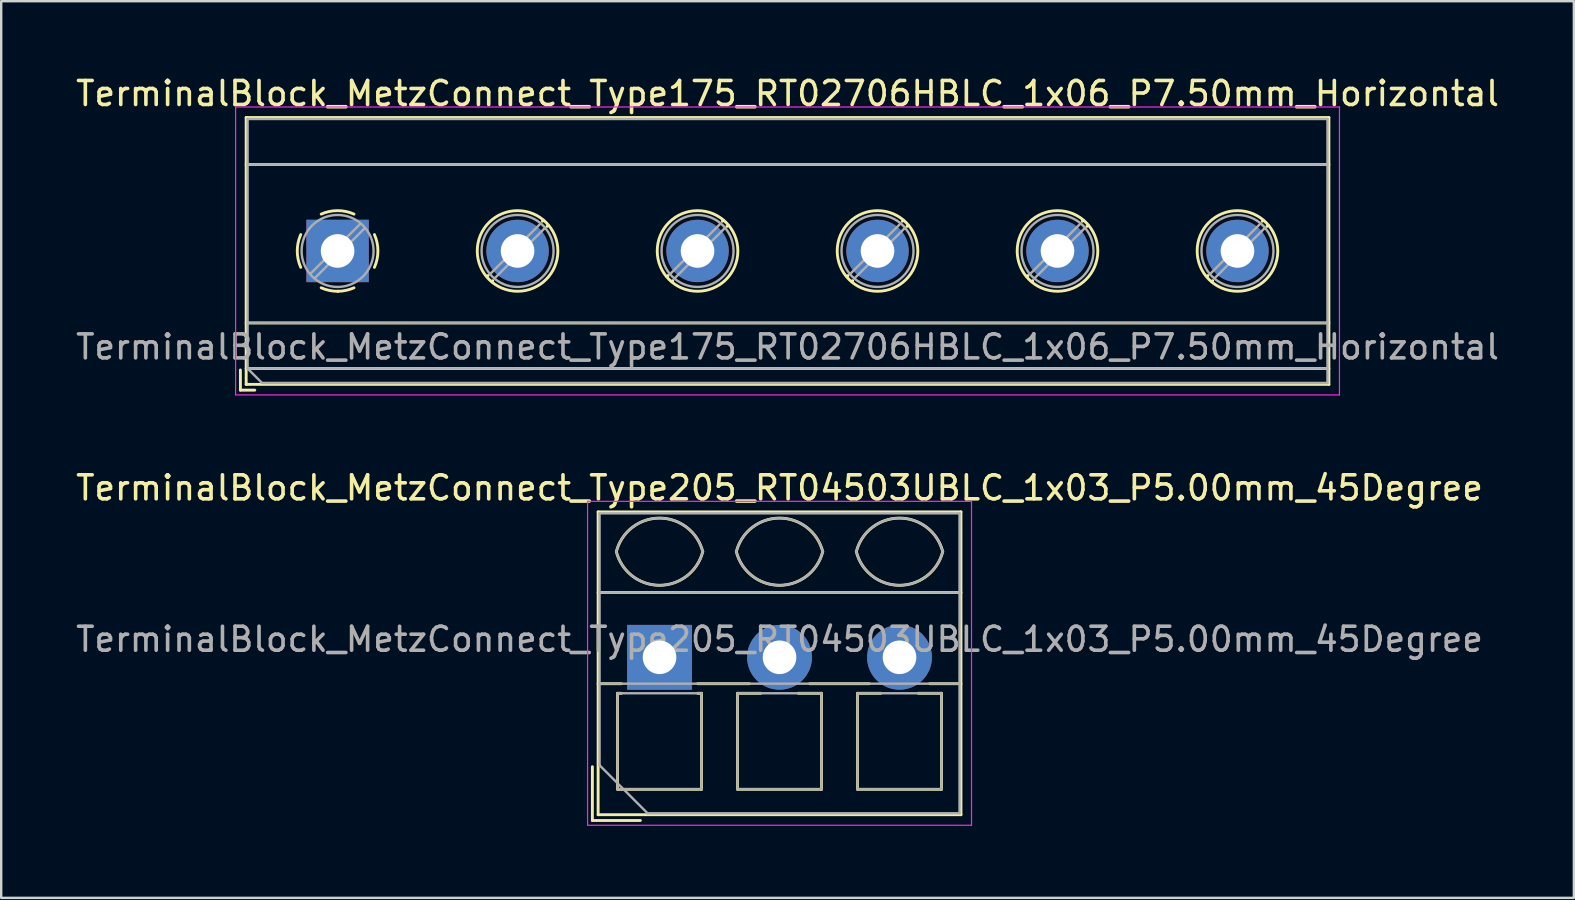
<source format=kicad_pcb>
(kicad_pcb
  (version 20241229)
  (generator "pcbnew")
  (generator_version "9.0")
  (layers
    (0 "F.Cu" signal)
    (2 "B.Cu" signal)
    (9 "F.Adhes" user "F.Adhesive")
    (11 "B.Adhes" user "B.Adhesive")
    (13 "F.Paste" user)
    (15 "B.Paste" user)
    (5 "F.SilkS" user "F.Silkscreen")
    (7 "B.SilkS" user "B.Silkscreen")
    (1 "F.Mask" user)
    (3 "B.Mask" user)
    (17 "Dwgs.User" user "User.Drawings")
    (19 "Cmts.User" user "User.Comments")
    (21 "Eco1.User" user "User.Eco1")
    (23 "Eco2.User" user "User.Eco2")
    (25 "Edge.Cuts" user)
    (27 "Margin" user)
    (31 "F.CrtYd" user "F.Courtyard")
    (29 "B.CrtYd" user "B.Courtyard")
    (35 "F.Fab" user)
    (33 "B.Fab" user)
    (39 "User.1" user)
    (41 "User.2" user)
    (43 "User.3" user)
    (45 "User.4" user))
  (footprint "TerminalBlock_MetzConnect_Type175_RT02706HBLC_1x06_P7.50mm_Horizontal"
    (layer "F.Cu")
    (at 11.018 7.408)
    (property "Reference" "TerminalBlock_MetzConnect_Type175_RT02706HBLC_1x06_P7.50mm_Horizontal" (at 18.75 -6.56 0) (layer "F.SilkS") (effects (font (size 1 1) (thickness 0.15))))
    (attr through_hole)
    (fp_line (start -4.05 4.96) (end -4.05 5.8) (stroke (width 0.12) (type solid)) (layer "F.SilkS"))
    (fp_line (start -4.05 5.8) (end -3.45 5.8) (stroke (width 0.12) (type solid)) (layer "F.SilkS"))
    (fp_line (start -3.81 -5.56) (end -3.81 5.56) (stroke (width 0.12) (type solid)) (layer "F.SilkS"))
    (fp_line (start -3.81 -5.56) (end 41.31 -5.56) (stroke (width 0.12) (type solid)) (layer "F.SilkS"))
    (fp_line (start -3.81 -3.6) (end 41.31 -3.6) (stroke (width 0.12) (type solid)) (layer "F.SilkS"))
    (fp_line (start -3.81 3) (end 41.31 3) (stroke (width 0.12) (type solid)) (layer "F.SilkS"))
    (fp_line (start -3.81 4.9) (end 41.31 4.9) (stroke (width 0.12) (type solid)) (layer "F.SilkS"))
    (fp_line (start -3.81 5.56) (end 41.31 5.56) (stroke (width 0.12) (type solid)) (layer "F.SilkS"))
    (fp_line (start 6.273 1.023) (end 6.226 1.069) (stroke (width 0.12) (type solid)) (layer "F.SilkS"))
    (fp_line (start 6.466 1.239) (end 6.431 1.274) (stroke (width 0.12) (type solid)) (layer "F.SilkS"))
    (fp_line (start 8.57 -1.275) (end 8.535 -1.239) (stroke (width 0.12) (type solid)) (layer "F.SilkS"))
    (fp_line (start 8.775 -1.069) (end 8.728 -1.023) (stroke (width 0.12) (type solid)) (layer "F.SilkS"))
    (fp_line (start 13.773 1.023) (end 13.726 1.069) (stroke (width 0.12) (type solid)) (layer "F.SilkS"))
    (fp_line (start 13.966 1.239) (end 13.931 1.274) (stroke (width 0.12) (type solid)) (layer "F.SilkS"))
    (fp_line (start 16.07 -1.275) (end 16.035 -1.239) (stroke (width 0.12) (type solid)) (layer "F.SilkS"))
    (fp_line (start 16.275 -1.069) (end 16.228 -1.023) (stroke (width 0.12) (type solid)) (layer "F.SilkS"))
    (fp_line (start 21.273 1.023) (end 21.226 1.069) (stroke (width 0.12) (type solid)) (layer "F.SilkS"))
    (fp_line (start 21.466 1.239) (end 21.431 1.274) (stroke (width 0.12) (type solid)) (layer "F.SilkS"))
    (fp_line (start 23.57 -1.275) (end 23.535 -1.239) (stroke (width 0.12) (type solid)) (layer "F.SilkS"))
    (fp_line (start 23.775 -1.069) (end 23.728 -1.023) (stroke (width 0.12) (type solid)) (layer "F.SilkS"))
    (fp_line (start 28.773 1.023) (end 28.726 1.069) (stroke (width 0.12) (type solid)) (layer "F.SilkS"))
    (fp_line (start 28.966 1.239) (end 28.931 1.274) (stroke (width 0.12) (type solid)) (layer "F.SilkS"))
    (fp_line (start 31.07 -1.275) (end 31.035 -1.239) (stroke (width 0.12) (type solid)) (layer "F.SilkS"))
    (fp_line (start 31.275 -1.069) (end 31.228 -1.023) (stroke (width 0.12) (type solid)) (layer "F.SilkS"))
    (fp_line (start 36.273 1.023) (end 36.226 1.069) (stroke (width 0.12) (type solid)) (layer "F.SilkS"))
    (fp_line (start 36.466 1.239) (end 36.431 1.274) (stroke (width 0.12) (type solid)) (layer "F.SilkS"))
    (fp_line (start 38.57 -1.275) (end 38.535 -1.239) (stroke (width 0.12) (type solid)) (layer "F.SilkS"))
    (fp_line (start 38.775 -1.069) (end 38.728 -1.023) (stroke (width 0.12) (type solid)) (layer "F.SilkS"))
    (fp_line (start 41.31 -5.56) (end 41.31 5.56) (stroke (width 0.12) (type solid)) (layer "F.SilkS"))
    (fp_arc (start -1.535427 0.683042) (mid -1.680501 -0.000524) (end -1.535 -0.684) (stroke (width 0.12) (type solid)) (layer "F.SilkS"))
    (fp_arc (start -0.683042 -1.535427) (mid 0.000524 -1.680501) (end 0.684 -1.535) (stroke (width 0.12) (type solid)) (layer "F.SilkS"))
    (fp_arc (start 0.028805 1.680253) (mid -0.335551 1.646659) (end -0.684 1.535) (stroke (width 0.12) (type solid)) (layer "F.SilkS"))
    (fp_arc (start 0.683318 1.534756) (mid 0.349292 1.643288) (end 0 1.68) (stroke (width 0.12) (type solid)) (layer "F.SilkS"))
    (fp_arc (start 1.535427 -0.683042) (mid 1.680501 0.000524) (end 1.535 0.684) (stroke (width 0.12) (type solid)) (layer "F.SilkS"))
    (fp_circle (center 7.5 0) (end 9.18 0) (stroke (width 0.12) (type solid)) (fill no) (layer "F.SilkS"))
    (fp_circle (center 15 0) (end 16.68 0) (stroke (width 0.12) (type solid)) (fill no) (layer "F.SilkS"))
    (fp_circle (center 22.5 0) (end 24.18 0) (stroke (width 0.12) (type solid)) (fill no) (layer "F.SilkS"))
    (fp_circle (center 30 0) (end 31.68 0) (stroke (width 0.12) (type solid)) (fill no) (layer "F.SilkS"))
    (fp_circle (center 37.5 0) (end 39.18 0) (stroke (width 0.12) (type solid)) (fill no) (layer "F.SilkS"))
    (fp_line (start -4.25 -6) (end -4.25 6) (stroke (width 0.05) (type solid)) (layer "F.CrtYd"))
    (fp_line (start -4.25 6) (end 41.75 6) (stroke (width 0.05) (type solid)) (layer "F.CrtYd"))
    (fp_line (start 41.75 -6) (end -4.25 -6) (stroke (width 0.05) (type solid)) (layer "F.CrtYd"))
    (fp_line (start 41.75 6) (end 41.75 -6) (stroke (width 0.05) (type solid)) (layer "F.CrtYd"))
    (fp_line (start -3.75 -5.5) (end 41.25 -5.5) (stroke (width 0.1) (type solid)) (layer "F.Fab"))
    (fp_line (start -3.75 -3.6) (end 41.25 -3.6) (stroke (width 0.1) (type solid)) (layer "F.Fab"))
    (fp_line (start -3.75 3) (end 41.25 3) (stroke (width 0.1) (type solid)) (layer "F.Fab"))
    (fp_line (start -3.75 4.9) (end -3.75 -5.5) (stroke (width 0.1) (type solid)) (layer "F.Fab"))
    (fp_line (start -3.75 4.9) (end 41.25 4.9) (stroke (width 0.1) (type solid)) (layer "F.Fab"))
    (fp_line (start -3.15 5.5) (end -3.75 4.9) (stroke (width 0.1) (type solid)) (layer "F.Fab"))
    (fp_line (start 0.955 -1.138) (end -1.138 0.955) (stroke (width 0.1) (type solid)) (layer "F.Fab"))
    (fp_line (start 1.138 -0.955) (end -0.955 1.138) (stroke (width 0.1) (type solid)) (layer "F.Fab"))
    (fp_line (start 8.455 -1.138) (end 6.363 0.955) (stroke (width 0.1) (type solid)) (layer "F.Fab"))
    (fp_line (start 8.638 -0.955) (end 6.546 1.138) (stroke (width 0.1) (type solid)) (layer "F.Fab"))
    (fp_line (start 15.955 -1.138) (end 13.863 0.955) (stroke (width 0.1) (type solid)) (layer "F.Fab"))
    (fp_line (start 16.138 -0.955) (end 14.046 1.138) (stroke (width 0.1) (type solid)) (layer "F.Fab"))
    (fp_line (start 23.455 -1.138) (end 21.363 0.955) (stroke (width 0.1) (type solid)) (layer "F.Fab"))
    (fp_line (start 23.638 -0.955) (end 21.546 1.138) (stroke (width 0.1) (type solid)) (layer "F.Fab"))
    (fp_line (start 30.955 -1.138) (end 28.863 0.955) (stroke (width 0.1) (type solid)) (layer "F.Fab"))
    (fp_line (start 31.138 -0.955) (end 29.046 1.138) (stroke (width 0.1) (type solid)) (layer "F.Fab"))
    (fp_line (start 38.455 -1.138) (end 36.363 0.955) (stroke (width 0.1) (type solid)) (layer "F.Fab"))
    (fp_line (start 38.638 -0.955) (end 36.546 1.138) (stroke (width 0.1) (type solid)) (layer "F.Fab"))
    (fp_line (start 41.25 -5.5) (end 41.25 5.5) (stroke (width 0.1) (type solid)) (layer "F.Fab"))
    (fp_line (start 41.25 5.5) (end -3.15 5.5) (stroke (width 0.1) (type solid)) (layer "F.Fab"))
    (fp_circle (center 0 0) (end 1.5 0) (stroke (width 0.1) (type solid)) (fill no) (layer "F.Fab"))
    (fp_circle (center 7.5 0) (end 9 0) (stroke (width 0.1) (type solid)) (fill no) (layer "F.Fab"))
    (fp_circle (center 15 0) (end 16.5 0) (stroke (width 0.1) (type solid)) (fill no) (layer "F.Fab"))
    (fp_circle (center 22.5 0) (end 24 0) (stroke (width 0.1) (type solid)) (fill no) (layer "F.Fab"))
    (fp_circle (center 30 0) (end 31.5 0) (stroke (width 0.1) (type solid)) (fill no) (layer "F.Fab"))
    (fp_circle (center 37.5 0) (end 39 0) (stroke (width 0.1) (type solid)) (fill no) (layer "F.Fab"))
    (fp_text user "${REFERENCE}" (at 18.75 4 0) (layer "F.Fab") (effects (font (size 1 1) (thickness 0.15))))
    (pad "1" thru_hole rect (at 0 0) (size 2.6 2.6) (drill 1.4) (layers "*.Cu" "*.Mask"))
    (pad "2" thru_hole circle (at 7.5 0) (size 2.6 2.6) (drill 1.4) (layers "*.Cu" "*.Mask"))
    (pad "3" thru_hole circle (at 15 0) (size 2.6 2.6) (drill 1.4) (layers "*.Cu" "*.Mask"))
    (pad "4" thru_hole circle (at 22.5 0) (size 2.6 2.6) (drill 1.4) (layers "*.Cu" "*.Mask"))
    (pad "5" thru_hole circle (at 30 0) (size 2.6 2.6) (drill 1.4) (layers "*.Cu" "*.Mask"))
    (pad "6" thru_hole circle (at 37.5 0) (size 2.6 2.6) (drill 1.4) (layers "*.Cu" "*.Mask")))
  (footprint "TerminalBlock_MetzConnect_Type205_RT04503UBLC_1x03_P5.00mm_45Degree"
    (layer "F.Cu")
    (at 24.435 24.341)
    (property "Reference" "TerminalBlock_MetzConnect_Type205_RT04503UBLC_1x03_P5.00mm_45Degree" (at 5 -7.06 0) (layer "F.SilkS") (effects (font (size 1 1) (thickness 0.15))))
    (attr through_hole)
    (fp_line (start -2.8 4.56) (end -2.8 6.8) (stroke (width 0.12) (type solid)) (layer "F.SilkS"))
    (fp_line (start -2.8 6.8) (end -0.8 6.8) (stroke (width 0.12) (type solid)) (layer "F.SilkS"))
    (fp_line (start -2.56 -6.06) (end -2.56 6.56) (stroke (width 0.12) (type solid)) (layer "F.SilkS"))
    (fp_line (start -2.56 -6.06) (end 12.56 -6.06) (stroke (width 0.12) (type solid)) (layer "F.SilkS"))
    (fp_line (start -2.56 -2.7) (end 12.56 -2.7) (stroke (width 0.12) (type solid)) (layer "F.SilkS"))
    (fp_line (start -2.56 1.1) (end -1.59 1.1) (stroke (width 0.12) (type solid)) (layer "F.SilkS"))
    (fp_line (start -2.56 6.56) (end 12.56 6.56) (stroke (width 0.12) (type solid)) (layer "F.SilkS"))
    (fp_line (start -1.75 1.5) (end -1.75 5.5) (stroke (width 0.12) (type solid)) (layer "F.SilkS"))
    (fp_line (start -1.75 1.5) (end -1.59 1.5) (stroke (width 0.12) (type solid)) (layer "F.SilkS"))
    (fp_line (start -1.75 5.5) (end 1.75 5.5) (stroke (width 0.12) (type solid)) (layer "F.SilkS"))
    (fp_line (start 1.59 1.1) (end 3.744 1.1) (stroke (width 0.12) (type solid)) (layer "F.SilkS"))
    (fp_line (start 1.59 1.5) (end 1.75 1.5) (stroke (width 0.12) (type solid)) (layer "F.SilkS"))
    (fp_line (start 1.75 1.5) (end 1.75 5.5) (stroke (width 0.12) (type solid)) (layer "F.SilkS"))
    (fp_line (start 3.25 1.5) (end 3.25 5.5) (stroke (width 0.12) (type solid)) (layer "F.SilkS"))
    (fp_line (start 3.25 1.5) (end 4.216 1.5) (stroke (width 0.12) (type solid)) (layer "F.SilkS"))
    (fp_line (start 3.25 5.5) (end 6.75 5.5) (stroke (width 0.12) (type solid)) (layer "F.SilkS"))
    (fp_line (start 5.785 1.5) (end 6.75 1.5) (stroke (width 0.12) (type solid)) (layer "F.SilkS"))
    (fp_line (start 6.257 1.1) (end 8.744 1.1) (stroke (width 0.12) (type solid)) (layer "F.SilkS"))
    (fp_line (start 6.75 1.5) (end 6.75 5.5) (stroke (width 0.12) (type solid)) (layer "F.SilkS"))
    (fp_line (start 8.25 1.5) (end 8.25 5.5) (stroke (width 0.12) (type solid)) (layer "F.SilkS"))
    (fp_line (start 8.25 1.5) (end 9.216 1.5) (stroke (width 0.12) (type solid)) (layer "F.SilkS"))
    (fp_line (start 8.25 5.5) (end 11.75 5.5) (stroke (width 0.12) (type solid)) (layer "F.SilkS"))
    (fp_line (start 10.785 1.5) (end 11.75 1.5) (stroke (width 0.12) (type solid)) (layer "F.SilkS"))
    (fp_line (start 11.257 1.1) (end 12.56 1.1) (stroke (width 0.12) (type solid)) (layer "F.SilkS"))
    (fp_line (start 11.75 1.5) (end 11.75 5.5) (stroke (width 0.12) (type solid)) (layer "F.SilkS"))
    (fp_line (start 12.56 -6.06) (end 12.56 6.56) (stroke (width 0.12) (type solid)) (layer "F.SilkS"))
    (fp_arc (start -1.800846 -4.400605) (mid 0.000312 -5.801077) (end 1.801 -4.4) (stroke (width 0.12) (type solid)) (layer "F.SilkS"))
    (fp_arc (start 1.8 -4.4) (mid -0.000903 -3.000646) (end -1.800445 -4.401751) (stroke (width 0.12) (type solid)) (layer "F.SilkS"))
    (fp_arc (start 3.199154 -4.400605) (mid 5.000312 -5.801077) (end 6.801 -4.4) (stroke (width 0.12) (type solid)) (layer "F.SilkS"))
    (fp_arc (start 6.8 -4.4) (mid 4.999097 -3.000646) (end 3.199555 -4.401751) (stroke (width 0.12) (type solid)) (layer "F.SilkS"))
    (fp_arc (start 8.199154 -4.400605) (mid 10.000312 -5.801077) (end 11.801 -4.4) (stroke (width 0.12) (type solid)) (layer "F.SilkS"))
    (fp_arc (start 11.8 -4.4) (mid 9.999097 -3.000646) (end 8.199555 -4.401751) (stroke (width 0.12) (type solid)) (layer "F.SilkS"))
    (fp_line (start -3 -6.5) (end -3 7) (stroke (width 0.05) (type solid)) (layer "F.CrtYd"))
    (fp_line (start -3 7) (end 13 7) (stroke (width 0.05) (type solid)) (layer "F.CrtYd"))
    (fp_line (start 13 -6.5) (end -3 -6.5) (stroke (width 0.05) (type solid)) (layer "F.CrtYd"))
    (fp_line (start 13 7) (end 13 -6.5) (stroke (width 0.05) (type solid)) (layer "F.CrtYd"))
    (fp_line (start -2.5 -6) (end 12.5 -6) (stroke (width 0.1) (type solid)) (layer "F.Fab"))
    (fp_line (start -2.5 -2.7) (end 12.5 -2.7) (stroke (width 0.1) (type solid)) (layer "F.Fab"))
    (fp_line (start -2.5 1.1) (end 12.5 1.1) (stroke (width 0.1) (type solid)) (layer "F.Fab"))
    (fp_line (start -2.5 4.5) (end -2.5 -6) (stroke (width 0.1) (type solid)) (layer "F.Fab"))
    (fp_line (start -1.75 1.5) (end -1.75 5.5) (stroke (width 0.1) (type solid)) (layer "F.Fab"))
    (fp_line (start -1.75 5.5) (end 1.75 5.5) (stroke (width 0.1) (type solid)) (layer "F.Fab"))
    (fp_line (start -0.5 6.5) (end -2.5 4.5) (stroke (width 0.1) (type solid)) (layer "F.Fab"))
    (fp_line (start 1.75 1.5) (end -1.75 1.5) (stroke (width 0.1) (type solid)) (layer "F.Fab"))
    (fp_line (start 1.75 5.5) (end 1.75 1.5) (stroke (width 0.1) (type solid)) (layer "F.Fab"))
    (fp_line (start 3.25 1.5) (end 3.25 5.5) (stroke (width 0.1) (type solid)) (layer "F.Fab"))
    (fp_line (start 3.25 5.5) (end 6.75 5.5) (stroke (width 0.1) (type solid)) (layer "F.Fab"))
    (fp_line (start 6.75 1.5) (end 3.25 1.5) (stroke (width 0.1) (type solid)) (layer "F.Fab"))
    (fp_line (start 6.75 5.5) (end 6.75 1.5) (stroke (width 0.1) (type solid)) (layer "F.Fab"))
    (fp_line (start 8.25 1.5) (end 8.25 5.5) (stroke (width 0.1) (type solid)) (layer "F.Fab"))
    (fp_line (start 8.25 5.5) (end 11.75 5.5) (stroke (width 0.1) (type solid)) (layer "F.Fab"))
    (fp_line (start 11.75 1.5) (end 8.25 1.5) (stroke (width 0.1) (type solid)) (layer "F.Fab"))
    (fp_line (start 11.75 5.5) (end 11.75 1.5) (stroke (width 0.1) (type solid)) (layer "F.Fab"))
    (fp_line (start 12.5 -6) (end 12.5 6.5) (stroke (width 0.1) (type solid)) (layer "F.Fab"))
    (fp_line (start 12.5 6.5) (end -0.5 6.5) (stroke (width 0.1) (type solid)) (layer "F.Fab"))
    (fp_arc (start -1.800846 -4.400605) (mid 0.000312 -5.801077) (end 1.801 -4.4) (stroke (width 0.1) (type solid)) (layer "F.Fab"))
    (fp_arc (start 1.8 -4.4) (mid -0.000903 -3.000646) (end -1.800445 -4.401751) (stroke (width 0.1) (type solid)) (layer "F.Fab"))
    (fp_arc (start 3.199154 -4.400605) (mid 5.000312 -5.801077) (end 6.801 -4.4) (stroke (width 0.1) (type solid)) (layer "F.Fab"))
    (fp_arc (start 6.8 -4.4) (mid 4.999097 -3.000646) (end 3.199555 -4.401751) (stroke (width 0.1) (type solid)) (layer "F.Fab"))
    (fp_arc (start 8.199154 -4.400605) (mid 10.000312 -5.801077) (end 11.801 -4.4) (stroke (width 0.1) (type solid)) (layer "F.Fab"))
    (fp_arc (start 11.8 -4.4) (mid 9.999097 -3.000646) (end 8.199555 -4.401751) (stroke (width 0.1) (type solid)) (layer "F.Fab"))
    (fp_text user "${REFERENCE}" (at 5 -0.75 0) (layer "F.Fab") (effects (font (size 1 1) (thickness 0.15))))
    (pad "1" thru_hole rect (at 0 0) (size 2.7 2.7) (drill 1.4) (layers "*.Cu" "*.Mask"))
    (pad "2" thru_hole circle (at 5 0) (size 2.7 2.7) (drill 1.4) (layers "*.Cu" "*.Mask"))
    (pad "3" thru_hole circle (at 10 0) (size 2.7 2.7) (drill 1.4) (layers "*.Cu" "*.Mask")))
  (gr_rect
    (start -3 -3)
    (end 62.536 34.367)
    (stroke (width 0.1) (type default))
    (fill no)
    (layer "Edge.Cuts")))
</source>
